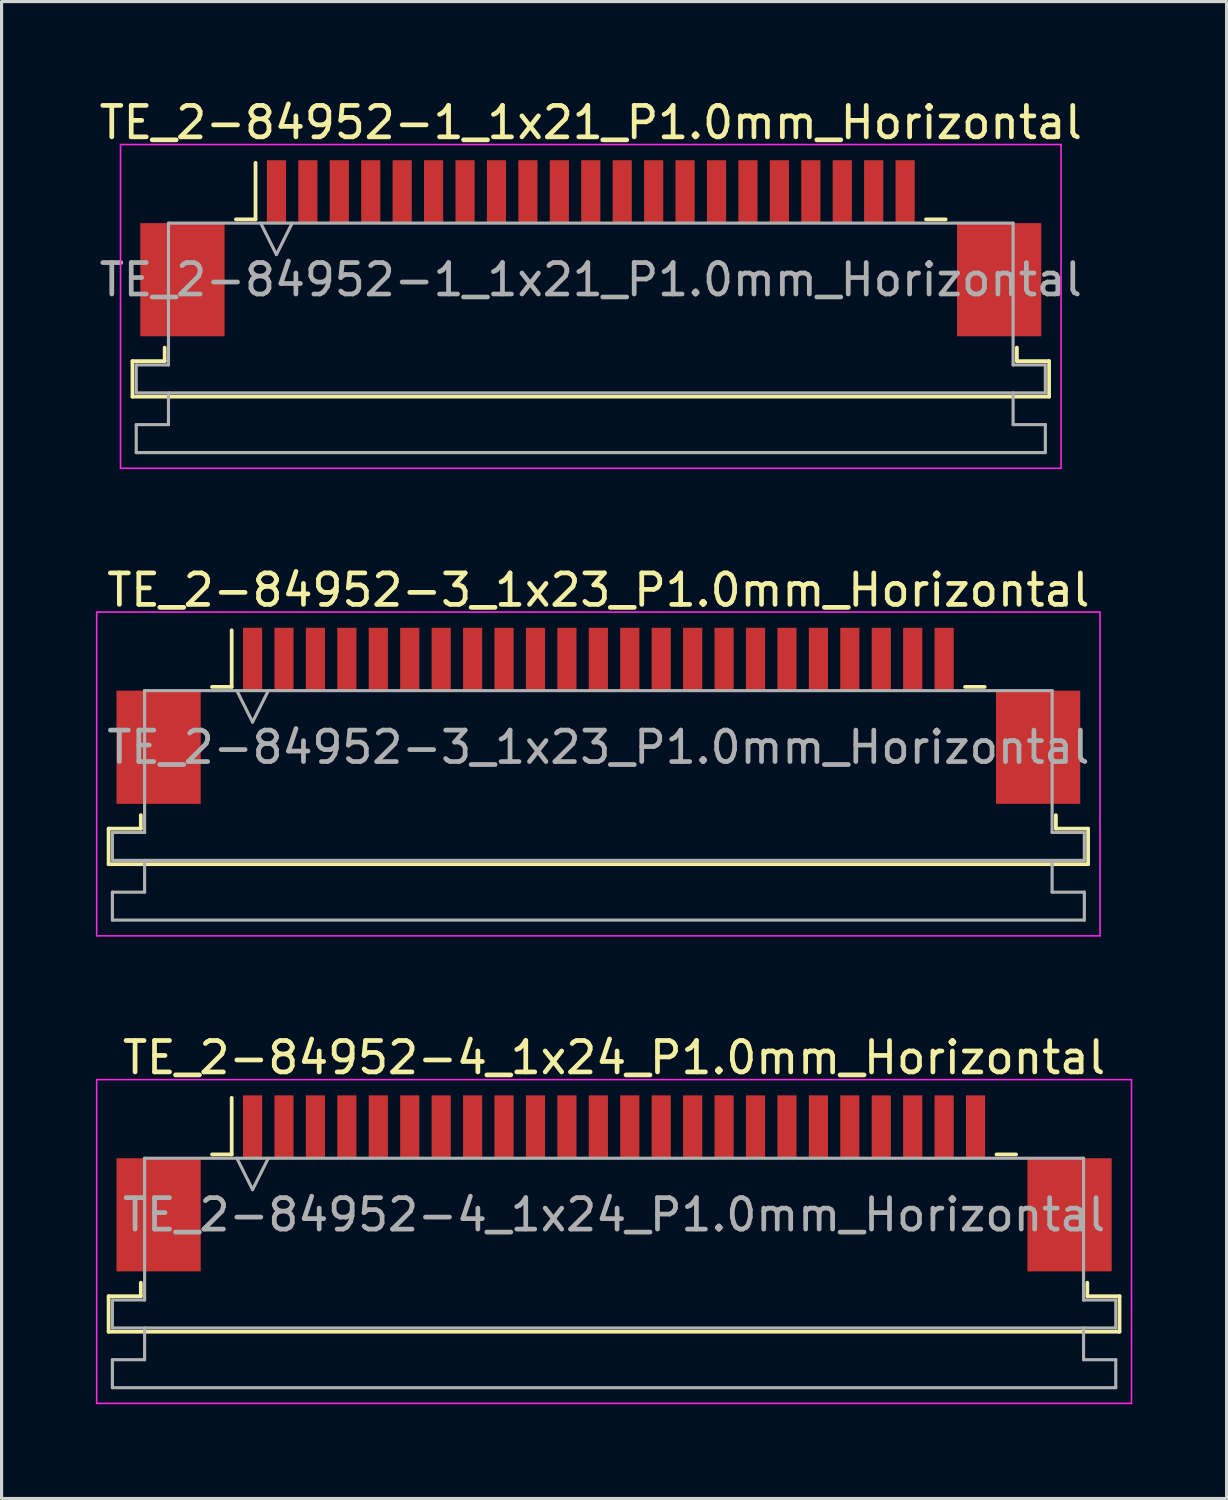
<source format=kicad_pcb>
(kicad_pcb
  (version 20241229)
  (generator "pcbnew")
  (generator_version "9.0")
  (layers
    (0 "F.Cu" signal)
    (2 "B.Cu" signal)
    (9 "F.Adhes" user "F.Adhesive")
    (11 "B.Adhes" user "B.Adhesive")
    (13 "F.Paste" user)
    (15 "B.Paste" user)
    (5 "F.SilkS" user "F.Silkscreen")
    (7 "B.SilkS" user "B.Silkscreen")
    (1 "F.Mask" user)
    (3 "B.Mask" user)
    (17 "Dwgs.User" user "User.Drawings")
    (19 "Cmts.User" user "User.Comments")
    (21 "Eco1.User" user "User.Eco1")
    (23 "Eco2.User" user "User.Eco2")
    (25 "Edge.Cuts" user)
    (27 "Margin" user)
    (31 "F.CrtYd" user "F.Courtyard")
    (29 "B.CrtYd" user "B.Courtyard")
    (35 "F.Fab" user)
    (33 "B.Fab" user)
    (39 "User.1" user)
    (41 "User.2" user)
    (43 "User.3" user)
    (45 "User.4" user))
  (footprint "TE_2-84952-3_1x23_P1.0mm_Horizontal"
    (layer "F.Cu")
    (at 15.985 19.721)
    (property "Reference" "TE_2-84952-3_1x23_P1.0mm_Horizontal" (at 0 -4 0) (layer "F.SilkS") (effects (font (size 1 1) (thickness 0.15))))
    (attr smd)
    (fp_line (start -15.58 3.59) (end -14.555 3.59) (stroke (width 0.12) (type solid)) (layer "F.SilkS"))
    (fp_line (start -15.58 4.72) (end -15.58 3.59) (stroke (width 0.12) (type solid)) (layer "F.SilkS"))
    (fp_line (start -14.555 3.59) (end -14.555 3.16) (stroke (width 0.12) (type solid)) (layer "F.SilkS"))
    (fp_line (start -12.29 -0.92) (end -11.665 -0.92) (stroke (width 0.12) (type solid)) (layer "F.SilkS"))
    (fp_line (start -11.665 -0.92) (end -11.665 -2.72) (stroke (width 0.12) (type solid)) (layer "F.SilkS"))
    (fp_line (start 11.665 -0.92) (end 12.29 -0.92) (stroke (width 0.12) (type solid)) (layer "F.SilkS"))
    (fp_line (start 14.555 3.16) (end 14.555 3.59) (stroke (width 0.12) (type solid)) (layer "F.SilkS"))
    (fp_line (start 14.555 3.59) (end 15.58 3.59) (stroke (width 0.12) (type solid)) (layer "F.SilkS"))
    (fp_line (start 15.58 3.59) (end 15.58 4.72) (stroke (width 0.12) (type solid)) (layer "F.SilkS"))
    (fp_line (start 15.58 4.72) (end -15.58 4.72) (stroke (width 0.12) (type solid)) (layer "F.SilkS"))
    (fp_line (start -15.96 -3.3) (end -15.96 7) (stroke (width 0.05) (type solid)) (layer "F.CrtYd"))
    (fp_line (start -15.96 7) (end 15.96 7) (stroke (width 0.05) (type solid)) (layer "F.CrtYd"))
    (fp_line (start 15.96 -3.3) (end -15.96 -3.3) (stroke (width 0.05) (type solid)) (layer "F.CrtYd"))
    (fp_line (start 15.96 7) (end 15.96 -3.3) (stroke (width 0.05) (type solid)) (layer "F.CrtYd"))
    (fp_line (start -15.46 3.71) (end -14.435 3.71) (stroke (width 0.1) (type solid)) (layer "F.Fab"))
    (fp_line (start -15.46 4.6) (end -15.46 3.71) (stroke (width 0.1) (type solid)) (layer "F.Fab"))
    (fp_line (start -15.46 5.61) (end -14.435 5.61) (stroke (width 0.1) (type solid)) (layer "F.Fab"))
    (fp_line (start -15.46 6.5) (end -15.46 5.61) (stroke (width 0.1) (type solid)) (layer "F.Fab"))
    (fp_line (start -14.435 -0.8) (end 14.435 -0.8) (stroke (width 0.1) (type solid)) (layer "F.Fab"))
    (fp_line (start -14.435 3.71) (end -14.435 -0.8) (stroke (width 0.1) (type solid)) (layer "F.Fab"))
    (fp_line (start -14.435 5.61) (end -14.435 4.6) (stroke (width 0.1) (type solid)) (layer "F.Fab"))
    (fp_line (start -11.5 -0.8) (end -11 0.2) (stroke (width 0.1) (type solid)) (layer "F.Fab"))
    (fp_line (start -11 0.2) (end -10.5 -0.8) (stroke (width 0.1) (type solid)) (layer "F.Fab"))
    (fp_line (start 14.435 -0.8) (end 14.435 3.71) (stroke (width 0.1) (type solid)) (layer "F.Fab"))
    (fp_line (start 14.435 3.71) (end 15.46 3.71) (stroke (width 0.1) (type solid)) (layer "F.Fab"))
    (fp_line (start 14.435 4.6) (end 14.435 5.61) (stroke (width 0.1) (type solid)) (layer "F.Fab"))
    (fp_line (start 14.435 5.61) (end 15.46 5.61) (stroke (width 0.1) (type solid)) (layer "F.Fab"))
    (fp_line (start 15.46 3.71) (end 15.46 4.6) (stroke (width 0.1) (type solid)) (layer "F.Fab"))
    (fp_line (start 15.46 4.6) (end -15.46 4.6) (stroke (width 0.1) (type solid)) (layer "F.Fab"))
    (fp_line (start 15.46 5.61) (end 15.46 6.5) (stroke (width 0.1) (type solid)) (layer "F.Fab"))
    (fp_line (start 15.46 6.5) (end -15.46 6.5) (stroke (width 0.1) (type solid)) (layer "F.Fab"))
    (fp_text user "${REFERENCE}" (at 0 1 0) (layer "F.Fab") (effects (font (size 1 1) (thickness 0.15))))
    (pad "" smd rect (at -13.99 1) (size 2.68 3.6) (layers "F.Cu" "F.Mask" "F.Paste"))
    (pad "" smd rect (at 13.99 1) (size 2.68 3.6) (layers "F.Cu" "F.Mask" "F.Paste"))
    (pad "1" smd rect (at -11 -1.8) (size 0.61 2) (layers "F.Cu" "F.Mask" "F.Paste"))
    (pad "2" smd rect (at -10 -1.8) (size 0.61 2) (layers "F.Cu" "F.Mask" "F.Paste"))
    (pad "3" smd rect (at -9 -1.8) (size 0.61 2) (layers "F.Cu" "F.Mask" "F.Paste"))
    (pad "4" smd rect (at -8 -1.8) (size 0.61 2) (layers "F.Cu" "F.Mask" "F.Paste"))
    (pad "5" smd rect (at -7 -1.8) (size 0.61 2) (layers "F.Cu" "F.Mask" "F.Paste"))
    (pad "6" smd rect (at -6 -1.8) (size 0.61 2) (layers "F.Cu" "F.Mask" "F.Paste"))
    (pad "7" smd rect (at -5 -1.8) (size 0.61 2) (layers "F.Cu" "F.Mask" "F.Paste"))
    (pad "8" smd rect (at -4 -1.8) (size 0.61 2) (layers "F.Cu" "F.Mask" "F.Paste"))
    (pad "9" smd rect (at -3 -1.8) (size 0.61 2) (layers "F.Cu" "F.Mask" "F.Paste"))
    (pad "10" smd rect (at -2 -1.8) (size 0.61 2) (layers "F.Cu" "F.Mask" "F.Paste"))
    (pad "11" smd rect (at -1 -1.8) (size 0.61 2) (layers "F.Cu" "F.Mask" "F.Paste"))
    (pad "12" smd rect (at 0 -1.8) (size 0.61 2) (layers "F.Cu" "F.Mask" "F.Paste"))
    (pad "13" smd rect (at 1 -1.8) (size 0.61 2) (layers "F.Cu" "F.Mask" "F.Paste"))
    (pad "14" smd rect (at 2 -1.8) (size 0.61 2) (layers "F.Cu" "F.Mask" "F.Paste"))
    (pad "15" smd rect (at 3 -1.8) (size 0.61 2) (layers "F.Cu" "F.Mask" "F.Paste"))
    (pad "16" smd rect (at 4 -1.8) (size 0.61 2) (layers "F.Cu" "F.Mask" "F.Paste"))
    (pad "17" smd rect (at 5 -1.8) (size 0.61 2) (layers "F.Cu" "F.Mask" "F.Paste"))
    (pad "18" smd rect (at 6 -1.8) (size 0.61 2) (layers "F.Cu" "F.Mask" "F.Paste"))
    (pad "19" smd rect (at 7 -1.8) (size 0.61 2) (layers "F.Cu" "F.Mask" "F.Paste"))
    (pad "20" smd rect (at 8 -1.8) (size 0.61 2) (layers "F.Cu" "F.Mask" "F.Paste"))
    (pad "21" smd rect (at 9 -1.8) (size 0.61 2) (layers "F.Cu" "F.Mask" "F.Paste"))
    (pad "22" smd rect (at 10 -1.8) (size 0.61 2) (layers "F.Cu" "F.Mask" "F.Paste"))
    (pad "23" smd rect (at 11 -1.8) (size 0.61 2) (layers "F.Cu" "F.Mask" "F.Paste")))
  (footprint "TE_2-84952-4_1x24_P1.0mm_Horizontal"
    (layer "F.Cu")
    (at 16.485 34.595)
    (property "Reference" "TE_2-84952-4_1x24_P1.0mm_Horizontal" (at 0 -4 0) (layer "F.SilkS") (effects (font (size 1 1) (thickness 0.15))))
    (attr smd)
    (fp_line (start -16.08 3.59) (end -15.055 3.59) (stroke (width 0.12) (type solid)) (layer "F.SilkS"))
    (fp_line (start -16.08 4.72) (end -16.08 3.59) (stroke (width 0.12) (type solid)) (layer "F.SilkS"))
    (fp_line (start -15.055 3.59) (end -15.055 3.16) (stroke (width 0.12) (type solid)) (layer "F.SilkS"))
    (fp_line (start -12.79 -0.92) (end -12.165 -0.92) (stroke (width 0.12) (type solid)) (layer "F.SilkS"))
    (fp_line (start -12.165 -0.92) (end -12.165 -2.72) (stroke (width 0.12) (type solid)) (layer "F.SilkS"))
    (fp_line (start 12.165 -0.92) (end 12.79 -0.92) (stroke (width 0.12) (type solid)) (layer "F.SilkS"))
    (fp_line (start 15.055 3.16) (end 15.055 3.59) (stroke (width 0.12) (type solid)) (layer "F.SilkS"))
    (fp_line (start 15.055 3.59) (end 16.08 3.59) (stroke (width 0.12) (type solid)) (layer "F.SilkS"))
    (fp_line (start 16.08 3.59) (end 16.08 4.72) (stroke (width 0.12) (type solid)) (layer "F.SilkS"))
    (fp_line (start 16.08 4.72) (end -16.08 4.72) (stroke (width 0.12) (type solid)) (layer "F.SilkS"))
    (fp_line (start -16.46 -3.3) (end -16.46 7) (stroke (width 0.05) (type solid)) (layer "F.CrtYd"))
    (fp_line (start -16.46 7) (end 16.46 7) (stroke (width 0.05) (type solid)) (layer "F.CrtYd"))
    (fp_line (start 16.46 -3.3) (end -16.46 -3.3) (stroke (width 0.05) (type solid)) (layer "F.CrtYd"))
    (fp_line (start 16.46 7) (end 16.46 -3.3) (stroke (width 0.05) (type solid)) (layer "F.CrtYd"))
    (fp_line (start -15.96 3.71) (end -14.935 3.71) (stroke (width 0.1) (type solid)) (layer "F.Fab"))
    (fp_line (start -15.96 4.6) (end -15.96 3.71) (stroke (width 0.1) (type solid)) (layer "F.Fab"))
    (fp_line (start -15.96 5.61) (end -14.935 5.61) (stroke (width 0.1) (type solid)) (layer "F.Fab"))
    (fp_line (start -15.96 6.5) (end -15.96 5.61) (stroke (width 0.1) (type solid)) (layer "F.Fab"))
    (fp_line (start -14.935 -0.8) (end 14.935 -0.8) (stroke (width 0.1) (type solid)) (layer "F.Fab"))
    (fp_line (start -14.935 3.71) (end -14.935 -0.8) (stroke (width 0.1) (type solid)) (layer "F.Fab"))
    (fp_line (start -14.935 5.61) (end -14.935 4.6) (stroke (width 0.1) (type solid)) (layer "F.Fab"))
    (fp_line (start -12 -0.8) (end -11.5 0.2) (stroke (width 0.1) (type solid)) (layer "F.Fab"))
    (fp_line (start -11.5 0.2) (end -11 -0.8) (stroke (width 0.1) (type solid)) (layer "F.Fab"))
    (fp_line (start 14.935 -0.8) (end 14.935 3.71) (stroke (width 0.1) (type solid)) (layer "F.Fab"))
    (fp_line (start 14.935 3.71) (end 15.96 3.71) (stroke (width 0.1) (type solid)) (layer "F.Fab"))
    (fp_line (start 14.935 4.6) (end 14.935 5.61) (stroke (width 0.1) (type solid)) (layer "F.Fab"))
    (fp_line (start 14.935 5.61) (end 15.96 5.61) (stroke (width 0.1) (type solid)) (layer "F.Fab"))
    (fp_line (start 15.96 3.71) (end 15.96 4.6) (stroke (width 0.1) (type solid)) (layer "F.Fab"))
    (fp_line (start 15.96 4.6) (end -15.96 4.6) (stroke (width 0.1) (type solid)) (layer "F.Fab"))
    (fp_line (start 15.96 5.61) (end 15.96 6.5) (stroke (width 0.1) (type solid)) (layer "F.Fab"))
    (fp_line (start 15.96 6.5) (end -15.96 6.5) (stroke (width 0.1) (type solid)) (layer "F.Fab"))
    (fp_text user "${REFERENCE}" (at 0 1 0) (layer "F.Fab") (effects (font (size 1 1) (thickness 0.15))))
    (pad "" smd rect (at -14.49 1) (size 2.68 3.6) (layers "F.Cu" "F.Mask" "F.Paste"))
    (pad "" smd rect (at 14.49 1) (size 2.68 3.6) (layers "F.Cu" "F.Mask" "F.Paste"))
    (pad "1" smd rect (at -11.5 -1.8) (size 0.61 2) (layers "F.Cu" "F.Mask" "F.Paste"))
    (pad "2" smd rect (at -10.5 -1.8) (size 0.61 2) (layers "F.Cu" "F.Mask" "F.Paste"))
    (pad "3" smd rect (at -9.5 -1.8) (size 0.61 2) (layers "F.Cu" "F.Mask" "F.Paste"))
    (pad "4" smd rect (at -8.5 -1.8) (size 0.61 2) (layers "F.Cu" "F.Mask" "F.Paste"))
    (pad "5" smd rect (at -7.5 -1.8) (size 0.61 2) (layers "F.Cu" "F.Mask" "F.Paste"))
    (pad "6" smd rect (at -6.5 -1.8) (size 0.61 2) (layers "F.Cu" "F.Mask" "F.Paste"))
    (pad "7" smd rect (at -5.5 -1.8) (size 0.61 2) (layers "F.Cu" "F.Mask" "F.Paste"))
    (pad "8" smd rect (at -4.5 -1.8) (size 0.61 2) (layers "F.Cu" "F.Mask" "F.Paste"))
    (pad "9" smd rect (at -3.5 -1.8) (size 0.61 2) (layers "F.Cu" "F.Mask" "F.Paste"))
    (pad "10" smd rect (at -2.5 -1.8) (size 0.61 2) (layers "F.Cu" "F.Mask" "F.Paste"))
    (pad "11" smd rect (at -1.5 -1.8) (size 0.61 2) (layers "F.Cu" "F.Mask" "F.Paste"))
    (pad "12" smd rect (at -0.5 -1.8) (size 0.61 2) (layers "F.Cu" "F.Mask" "F.Paste"))
    (pad "13" smd rect (at 0.5 -1.8) (size 0.61 2) (layers "F.Cu" "F.Mask" "F.Paste"))
    (pad "14" smd rect (at 1.5 -1.8) (size 0.61 2) (layers "F.Cu" "F.Mask" "F.Paste"))
    (pad "15" smd rect (at 2.5 -1.8) (size 0.61 2) (layers "F.Cu" "F.Mask" "F.Paste"))
    (pad "16" smd rect (at 3.5 -1.8) (size 0.61 2) (layers "F.Cu" "F.Mask" "F.Paste"))
    (pad "17" smd rect (at 4.5 -1.8) (size 0.61 2) (layers "F.Cu" "F.Mask" "F.Paste"))
    (pad "18" smd rect (at 5.5 -1.8) (size 0.61 2) (layers "F.Cu" "F.Mask" "F.Paste"))
    (pad "19" smd rect (at 6.5 -1.8) (size 0.61 2) (layers "F.Cu" "F.Mask" "F.Paste"))
    (pad "20" smd rect (at 7.5 -1.8) (size 0.61 2) (layers "F.Cu" "F.Mask" "F.Paste"))
    (pad "21" smd rect (at 8.5 -1.8) (size 0.61 2) (layers "F.Cu" "F.Mask" "F.Paste"))
    (pad "22" smd rect (at 9.5 -1.8) (size 0.61 2) (layers "F.Cu" "F.Mask" "F.Paste"))
    (pad "23" smd rect (at 10.5 -1.8) (size 0.61 2) (layers "F.Cu" "F.Mask" "F.Paste"))
    (pad "24" smd rect (at 11.5 -1.8) (size 0.61 2) (layers "F.Cu" "F.Mask" "F.Paste")))
  (footprint "TE_2-84952-1_1x21_P1.0mm_Horizontal"
    (layer "F.Cu")
    (at 15.744 4.848)
    (property "Reference" "TE_2-84952-1_1x21_P1.0mm_Horizontal" (at 0 -4 0) (layer "F.SilkS") (effects (font (size 1 1) (thickness 0.15))))
    (attr smd)
    (fp_line (start -14.58 3.59) (end -13.555 3.59) (stroke (width 0.12) (type solid)) (layer "F.SilkS"))
    (fp_line (start -14.58 4.72) (end -14.58 3.59) (stroke (width 0.12) (type solid)) (layer "F.SilkS"))
    (fp_line (start -13.555 3.59) (end -13.555 3.16) (stroke (width 0.12) (type solid)) (layer "F.SilkS"))
    (fp_line (start -11.29 -0.92) (end -10.665 -0.92) (stroke (width 0.12) (type solid)) (layer "F.SilkS"))
    (fp_line (start -10.665 -0.92) (end -10.665 -2.72) (stroke (width 0.12) (type solid)) (layer "F.SilkS"))
    (fp_line (start 10.665 -0.92) (end 11.29 -0.92) (stroke (width 0.12) (type solid)) (layer "F.SilkS"))
    (fp_line (start 13.555 3.16) (end 13.555 3.59) (stroke (width 0.12) (type solid)) (layer "F.SilkS"))
    (fp_line (start 13.555 3.59) (end 14.58 3.59) (stroke (width 0.12) (type solid)) (layer "F.SilkS"))
    (fp_line (start 14.58 3.59) (end 14.58 4.72) (stroke (width 0.12) (type solid)) (layer "F.SilkS"))
    (fp_line (start 14.58 4.72) (end -14.58 4.72) (stroke (width 0.12) (type solid)) (layer "F.SilkS"))
    (fp_line (start -14.96 -3.3) (end -14.96 7) (stroke (width 0.05) (type solid)) (layer "F.CrtYd"))
    (fp_line (start -14.96 7) (end 14.96 7) (stroke (width 0.05) (type solid)) (layer "F.CrtYd"))
    (fp_line (start 14.96 -3.3) (end -14.96 -3.3) (stroke (width 0.05) (type solid)) (layer "F.CrtYd"))
    (fp_line (start 14.96 7) (end 14.96 -3.3) (stroke (width 0.05) (type solid)) (layer "F.CrtYd"))
    (fp_line (start -14.46 3.71) (end -13.435 3.71) (stroke (width 0.1) (type solid)) (layer "F.Fab"))
    (fp_line (start -14.46 4.6) (end -14.46 3.71) (stroke (width 0.1) (type solid)) (layer "F.Fab"))
    (fp_line (start -14.46 5.61) (end -13.435 5.61) (stroke (width 0.1) (type solid)) (layer "F.Fab"))
    (fp_line (start -14.46 6.5) (end -14.46 5.61) (stroke (width 0.1) (type solid)) (layer "F.Fab"))
    (fp_line (start -13.435 -0.8) (end 13.435 -0.8) (stroke (width 0.1) (type solid)) (layer "F.Fab"))
    (fp_line (start -13.435 3.71) (end -13.435 -0.8) (stroke (width 0.1) (type solid)) (layer "F.Fab"))
    (fp_line (start -13.435 5.61) (end -13.435 4.6) (stroke (width 0.1) (type solid)) (layer "F.Fab"))
    (fp_line (start -10.5 -0.8) (end -10 0.2) (stroke (width 0.1) (type solid)) (layer "F.Fab"))
    (fp_line (start -10 0.2) (end -9.5 -0.8) (stroke (width 0.1) (type solid)) (layer "F.Fab"))
    (fp_line (start 13.435 -0.8) (end 13.435 3.71) (stroke (width 0.1) (type solid)) (layer "F.Fab"))
    (fp_line (start 13.435 3.71) (end 14.46 3.71) (stroke (width 0.1) (type solid)) (layer "F.Fab"))
    (fp_line (start 13.435 4.6) (end 13.435 5.61) (stroke (width 0.1) (type solid)) (layer "F.Fab"))
    (fp_line (start 13.435 5.61) (end 14.46 5.61) (stroke (width 0.1) (type solid)) (layer "F.Fab"))
    (fp_line (start 14.46 3.71) (end 14.46 4.6) (stroke (width 0.1) (type solid)) (layer "F.Fab"))
    (fp_line (start 14.46 4.6) (end -14.46 4.6) (stroke (width 0.1) (type solid)) (layer "F.Fab"))
    (fp_line (start 14.46 5.61) (end 14.46 6.5) (stroke (width 0.1) (type solid)) (layer "F.Fab"))
    (fp_line (start 14.46 6.5) (end -14.46 6.5) (stroke (width 0.1) (type solid)) (layer "F.Fab"))
    (fp_text user "${REFERENCE}" (at 0 1 0) (layer "F.Fab") (effects (font (size 1 1) (thickness 0.15))))
    (pad "" smd rect (at -12.99 1) (size 2.68 3.6) (layers "F.Cu" "F.Mask" "F.Paste"))
    (pad "" smd rect (at 12.99 1) (size 2.68 3.6) (layers "F.Cu" "F.Mask" "F.Paste"))
    (pad "1" smd rect (at -10 -1.8) (size 0.61 2) (layers "F.Cu" "F.Mask" "F.Paste"))
    (pad "2" smd rect (at -9 -1.8) (size 0.61 2) (layers "F.Cu" "F.Mask" "F.Paste"))
    (pad "3" smd rect (at -8 -1.8) (size 0.61 2) (layers "F.Cu" "F.Mask" "F.Paste"))
    (pad "4" smd rect (at -7 -1.8) (size 0.61 2) (layers "F.Cu" "F.Mask" "F.Paste"))
    (pad "5" smd rect (at -6 -1.8) (size 0.61 2) (layers "F.Cu" "F.Mask" "F.Paste"))
    (pad "6" smd rect (at -5 -1.8) (size 0.61 2) (layers "F.Cu" "F.Mask" "F.Paste"))
    (pad "7" smd rect (at -4 -1.8) (size 0.61 2) (layers "F.Cu" "F.Mask" "F.Paste"))
    (pad "8" smd rect (at -3 -1.8) (size 0.61 2) (layers "F.Cu" "F.Mask" "F.Paste"))
    (pad "9" smd rect (at -2 -1.8) (size 0.61 2) (layers "F.Cu" "F.Mask" "F.Paste"))
    (pad "10" smd rect (at -1 -1.8) (size 0.61 2) (layers "F.Cu" "F.Mask" "F.Paste"))
    (pad "11" smd rect (at 0 -1.8) (size 0.61 2) (layers "F.Cu" "F.Mask" "F.Paste"))
    (pad "12" smd rect (at 1 -1.8) (size 0.61 2) (layers "F.Cu" "F.Mask" "F.Paste"))
    (pad "13" smd rect (at 2 -1.8) (size 0.61 2) (layers "F.Cu" "F.Mask" "F.Paste"))
    (pad "14" smd rect (at 3 -1.8) (size 0.61 2) (layers "F.Cu" "F.Mask" "F.Paste"))
    (pad "15" smd rect (at 4 -1.8) (size 0.61 2) (layers "F.Cu" "F.Mask" "F.Paste"))
    (pad "16" smd rect (at 5 -1.8) (size 0.61 2) (layers "F.Cu" "F.Mask" "F.Paste"))
    (pad "17" smd rect (at 6 -1.8) (size 0.61 2) (layers "F.Cu" "F.Mask" "F.Paste"))
    (pad "18" smd rect (at 7 -1.8) (size 0.61 2) (layers "F.Cu" "F.Mask" "F.Paste"))
    (pad "19" smd rect (at 8 -1.8) (size 0.61 2) (layers "F.Cu" "F.Mask" "F.Paste"))
    (pad "20" smd rect (at 9 -1.8) (size 0.61 2) (layers "F.Cu" "F.Mask" "F.Paste"))
    (pad "21" smd rect (at 10 -1.8) (size 0.61 2) (layers "F.Cu" "F.Mask" "F.Paste")))
  (gr_rect
    (start -3 -3)
    (end 35.97 44.62)
    (stroke (width 0.1) (type default))
    (fill no)
    (layer "Edge.Cuts")))
</source>
